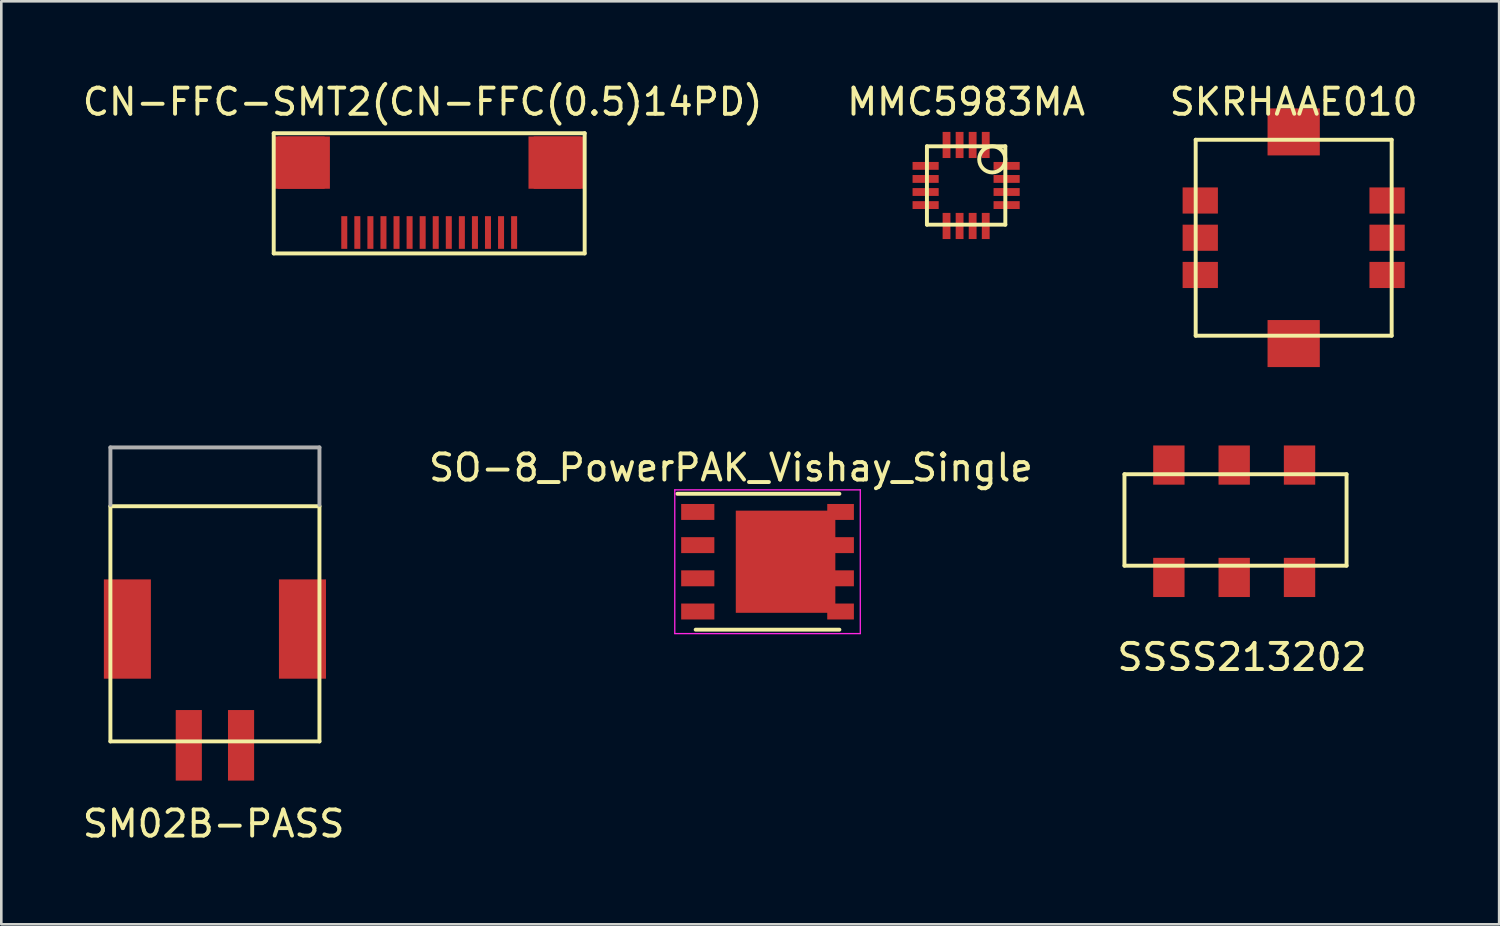
<source format=kicad_pcb>
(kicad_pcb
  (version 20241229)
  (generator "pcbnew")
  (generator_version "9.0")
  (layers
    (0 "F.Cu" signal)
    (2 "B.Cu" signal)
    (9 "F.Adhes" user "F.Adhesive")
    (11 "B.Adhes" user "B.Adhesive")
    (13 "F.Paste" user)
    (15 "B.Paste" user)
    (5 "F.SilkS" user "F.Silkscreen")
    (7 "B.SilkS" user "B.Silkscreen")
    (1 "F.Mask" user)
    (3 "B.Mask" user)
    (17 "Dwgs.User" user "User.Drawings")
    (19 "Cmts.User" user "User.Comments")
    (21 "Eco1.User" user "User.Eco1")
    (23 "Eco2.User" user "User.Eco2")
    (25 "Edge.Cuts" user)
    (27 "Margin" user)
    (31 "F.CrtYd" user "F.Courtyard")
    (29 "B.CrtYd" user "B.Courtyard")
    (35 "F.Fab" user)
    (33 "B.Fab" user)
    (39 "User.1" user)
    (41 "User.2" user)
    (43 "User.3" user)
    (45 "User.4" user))
  (footprint "SSSS213202"
    (layer "F.Cu")
    (at 44.182 16.898)
    (property "Reference" "SSSS213202" (at 0.3 5.2 0) (layer "F.SilkS") (effects (font (size 1 1) (thickness 0.15))))
    (attr through_hole)
    (fp_line (start -4.2 -1.8) (end 4.3 -1.8) (stroke (width 0.15) (type solid)) (layer "F.SilkS"))
    (fp_line (start -4.2 1.7) (end -4.2 -1.8) (stroke (width 0.15) (type solid)) (layer "F.SilkS"))
    (fp_line (start 4.3 -1.8) (end 4.3 1.7) (stroke (width 0.15) (type solid)) (layer "F.SilkS"))
    (fp_line (start 4.3 1.7) (end -4.2 1.7) (stroke (width 0.15) (type solid)) (layer "F.SilkS"))
    (pad "" smd rect (at -2.5 2.15) (size 1.2 1.5) (layers "F.Cu" "F.Mask" "F.Paste"))
    (pad "" smd rect (at 0 2.15) (size 1.2 1.5) (layers "F.Cu" "F.Mask" "F.Paste"))
    (pad "" smd rect (at 2.5 2.15) (size 1.2 1.5) (layers "F.Cu" "F.Mask" "F.Paste"))
    (pad "1" smd rect (at 2.5 -2.15) (size 1.2 1.5) (layers "F.Cu" "F.Mask" "F.Paste"))
    (pad "2" smd rect (at 0 -2.15) (size 1.2 1.5) (layers "F.Cu" "F.Mask" "F.Paste"))
    (pad "3" smd rect (at -2.5 -2.15) (size 1.2 1.5) (layers "F.Cu" "F.Mask" "F.Paste")))
  (footprint "SO-8_PowerPAK_Vishay_Single"
    (layer "F.Cu")
    (at 26.323 18.447)
    (property "Reference" "SO-8_PowerPAK_Vishay_Single" (at -1.4 -3.6 0) (layer "F.SilkS") (effects (font (size 1 1) (thickness 0.15))))
    (attr smd)
    (fp_line (start -3.45 -2.6) (end 2.75 -2.6) (stroke (width 0.15) (type solid)) (layer "F.SilkS"))
    (fp_line (start -2.75 2.6) (end 2.75 2.6) (stroke (width 0.15) (type solid)) (layer "F.SilkS"))
    (fp_line (start -3.55 -2.75) (end -3.55 2.75) (stroke (width 0.05) (type solid)) (layer "F.CrtYd"))
    (fp_line (start -3.55 -2.75) (end 3.55 -2.75) (stroke (width 0.05) (type solid)) (layer "F.CrtYd"))
    (fp_line (start -3.55 2.75) (end 3.55 2.75) (stroke (width 0.05) (type solid)) (layer "F.CrtYd"))
    (fp_line (start 3.55 -2.75) (end 3.55 2.75) (stroke (width 0.05) (type solid)) (layer "F.CrtYd"))
    (pad "1" smd rect (at -2.67 -1.905) (size 1.27 0.61) (layers "F.Cu" "F.Mask" "F.Paste"))
    (pad "2" smd rect (at -2.67 -0.635) (size 1.27 0.61) (layers "F.Cu" "F.Mask" "F.Paste"))
    (pad "3" smd rect (at -2.67 0.635) (size 1.27 0.61) (layers "F.Cu" "F.Mask" "F.Paste"))
    (pad "4" smd rect (at -2.67 1.905) (size 1.27 0.61) (layers "F.Cu" "F.Mask" "F.Paste"))
    (pad "5" smd rect (at 0.69 0) (size 3.81 3.91) (layers "F.Cu" "F.Mask" "F.Paste"))
    (pad "5" smd rect (at 2.795 1.905) (size 1.02 0.61) (layers "F.Cu" "F.Mask" "F.Paste"))
    (pad "6" smd rect (at 2.795 0.635) (size 1.02 0.61) (layers "F.Cu" "F.Mask" "F.Paste"))
    (pad "7" smd rect (at 2.795 -0.635) (size 1.02 0.61) (layers "F.Cu" "F.Mask" "F.Paste"))
    (pad "8" smd rect (at 2.795 -1.905) (size 1.02 0.61) (layers "F.Cu" "F.Mask" "F.Paste")))
  (footprint "SKRHAAE010"
    (layer "F.Cu")
    (at 46.458 6.048)
    (property "Reference" "SKRHAAE010" (at 0 -5.2 0) (layer "F.SilkS") (effects (font (size 1 1) (thickness 0.15))))
    (attr through_hole)
    (fp_line (start -3.75 -3.75) (end 3.75 -3.75) (stroke (width 0.15) (type solid)) (layer "F.SilkS"))
    (fp_line (start -3.75 3.75) (end -3.75 -3.75) (stroke (width 0.15) (type solid)) (layer "F.SilkS"))
    (fp_line (start 3.75 -3.75) (end 3.75 3.75) (stroke (width 0.15) (type solid)) (layer "F.SilkS"))
    (fp_line (start 3.75 3.75) (end -3.75 3.75) (stroke (width 0.15) (type solid)) (layer "F.SilkS"))
    (pad "" smd rect (at 0 -4.05) (size 2 1.8) (layers "F.Cu" "F.Mask" "F.Paste"))
    (pad "" smd rect (at 0 4.05) (size 2 1.8) (layers "F.Cu" "F.Mask" "F.Paste"))
    (pad "1" smd rect (at -3.575 -1.425) (size 1.35 1) (layers "F.Cu" "F.Mask" "F.Paste"))
    (pad "2" smd rect (at -3.575 0) (size 1.35 1) (layers "F.Cu" "F.Mask" "F.Paste"))
    (pad "3" smd rect (at -3.575 1.425) (size 1.35 1) (layers "F.Cu" "F.Mask" "F.Paste"))
    (pad "4" smd rect (at 3.575 -1.425) (size 1.35 1) (layers "F.Cu" "F.Mask" "F.Paste"))
    (pad "5" smd rect (at 3.575 0) (size 1.35 1) (layers "F.Cu" "F.Mask" "F.Paste"))
    (pad "6" smd rect (at 3.575 1.425) (size 1.35 1) (layers "F.Cu" "F.Mask" "F.Paste")))
  (footprint "SM02B-PASS"
    (layer "F.Cu")
    (at 4.175 25.473)
    (property "Reference" "SM02B-PASS" (at 0.95 3 0) (layer "F.SilkS") (effects (font (size 1 1) (thickness 0.15))))
    (attr through_hole)
    (fp_line (start -3 -9.15) (end 5 -9.15) (stroke (width 0.15) (type solid)) (layer "F.SilkS"))
    (fp_line (start -3 -0.15) (end -3 -9.15) (stroke (width 0.15) (type solid)) (layer "F.SilkS"))
    (fp_line (start 5 -9.15) (end 5 -0.15) (stroke (width 0.15) (type solid)) (layer "F.SilkS"))
    (fp_line (start 5 -0.15) (end -3 -0.15) (stroke (width 0.15) (type solid)) (layer "F.SilkS"))
    (fp_line (start -3 -11.4) (end -3 -9.2) (stroke (width 0.15) (type solid)) (layer "F.Fab"))
    (fp_line (start 5 -11.4) (end -3 -11.4) (stroke (width 0.15) (type solid)) (layer "F.Fab"))
    (fp_line (start 5 -9.2) (end 5 -11.4) (stroke (width 0.15) (type solid)) (layer "F.Fab"))
    (pad "" smd rect (at -2.35 -4.45) (size 1.8 3.8) (layers "F.Cu" "F.Mask" "F.Paste"))
    (pad "" smd rect (at 4.35 -4.45) (size 1.8 3.8) (layers "F.Cu" "F.Mask" "F.Paste"))
    (pad "1" smd rect (at 2 0) (size 1 2.7) (layers "F.Cu" "F.Mask" "F.Paste"))
    (pad "2" smd rect (at 0 0) (size 1 2.7) (layers "F.Cu" "F.Mask" "F.Paste")))
  (footprint "CN-FFC-SMT2(CN-FFC(0.5)14PD)"
    (layer "F.Cu")
    (at 13.125 4.331)
    (property "Reference" "CN-FFC-SMT2(CN-FFC(0.5)14PD)" (at 0 -3.483 0) (layer "F.SilkS") (effects (font (size 1 1) (thickness 0.15))))
    (attr through_hole)
    (fp_line (start -5.7 -2.283) (end 6.2 -2.283) (stroke (width 0.15) (type solid)) (layer "F.SilkS"))
    (fp_line (start -5.7 2.317) (end -5.7 -2.283) (stroke (width 0.15) (type solid)) (layer "F.SilkS"))
    (fp_line (start 6.2 -2.283) (end 6.2 2.317) (stroke (width 0.15) (type solid)) (layer "F.SilkS"))
    (fp_line (start 6.2 2.317) (end -5.7 2.317) (stroke (width 0.15) (type solid)) (layer "F.SilkS"))
    (pad "" smd rect (at -4.65 -1.158) (size 1.8 2) (layers "F.Cu" "F.Mask" "F.Paste"))
    (pad "" smd rect (at -4.65 -1.158) (size 2.2 2) (layers "F.Cu" "F.Mask" "F.Paste"))
    (pad "" smd rect (at 5.15 -1.158) (size 1.8 2) (layers "F.Cu" "F.Mask" "F.Paste"))
    (pad "" smd rect (at 5.15 -1.158) (size 2.2 2) (layers "F.Cu" "F.Mask" "F.Paste"))
    (pad "1" smd rect (at -3 1.517) (size 0.23 1.25) (layers "F.Cu" "F.Mask" "F.Paste"))
    (pad "2" smd rect (at -2.5 1.517) (size 0.23 1.25) (layers "F.Cu" "F.Mask" "F.Paste"))
    (pad "3" smd rect (at -2 1.517) (size 0.23 1.25) (layers "F.Cu" "F.Mask" "F.Paste"))
    (pad "4" smd rect (at -1.5 1.517) (size 0.23 1.25) (layers "F.Cu" "F.Mask" "F.Paste"))
    (pad "5" smd rect (at -1 1.517) (size 0.23 1.25) (layers "F.Cu" "F.Mask" "F.Paste"))
    (pad "6" smd rect (at -0.5 1.517) (size 0.23 1.25) (layers "F.Cu" "F.Mask" "F.Paste"))
    (pad "7" smd rect (at 0 1.517) (size 0.23 1.25) (layers "F.Cu" "F.Mask" "F.Paste"))
    (pad "8" smd rect (at 0.5 1.517) (size 0.23 1.25) (layers "F.Cu" "F.Mask" "F.Paste"))
    (pad "9" smd rect (at 1 1.517) (size 0.23 1.25) (layers "F.Cu" "F.Mask" "F.Paste"))
    (pad "10" smd rect (at 1.5 1.517) (size 0.23 1.25) (layers "F.Cu" "F.Mask" "F.Paste"))
    (pad "11" smd rect (at 2 1.517) (size 0.23 1.25) (layers "F.Cu" "F.Mask" "F.Paste"))
    (pad "12" smd rect (at 2.5 1.517) (size 0.23 1.25) (layers "F.Cu" "F.Mask" "F.Paste"))
    (pad "13" smd rect (at 3 1.517) (size 0.23 1.25) (layers "F.Cu" "F.Mask" "F.Paste"))
    (pad "14" smd rect (at 3.5 1.517) (size 0.23 1.25) (layers "F.Cu" "F.Mask" "F.Paste")))
  (footprint "MMC5983MA"
    (layer "F.Cu")
    (at 33.923 4.048)
    (property "Reference" "MMC5983MA" (at 0 -3.2 0) (layer "F.SilkS") (effects (font (size 1 1) (thickness 0.15))))
    (attr through_hole)
    (fp_line (start -1.5 -1.5) (end -1.5 1.5) (stroke (width 0.15) (type solid)) (layer "F.SilkS"))
    (fp_line (start -1.5 1.5) (end 1.5 1.5) (stroke (width 0.15) (type solid)) (layer "F.SilkS"))
    (fp_line (start 1.5 -1.5) (end -1.5 -1.5) (stroke (width 0.15) (type solid)) (layer "F.SilkS"))
    (fp_line (start 1.5 1.5) (end 1.5 -1.5) (stroke (width 0.15) (type solid)) (layer "F.SilkS"))
    (fp_circle (center 1 -1) (end 1 -0.5) (stroke (width 0.15) (type solid)) (fill no) (layer "F.SilkS"))
    (pad "1" smd rect (at 0.75 -1.55 90) (size 1 0.3) (layers "F.Cu" "F.Mask" "F.Paste"))
    (pad "2" smd rect (at 0.25 -1.55 90) (size 1 0.3) (layers "F.Cu" "F.Mask" "F.Paste"))
    (pad "3" smd rect (at -0.25 -1.55 90) (size 1 0.3) (layers "F.Cu" "F.Mask" "F.Paste"))
    (pad "4" smd rect (at -0.75 -1.55 90) (size 1 0.3) (layers "F.Cu" "F.Mask" "F.Paste"))
    (pad "5" smd rect (at -1.55 -0.75) (size 1 0.3) (layers "F.Cu" "F.Mask" "F.Paste"))
    (pad "6" smd rect (at -1.55 -0.25) (size 1 0.3) (layers "F.Cu" "F.Mask" "F.Paste"))
    (pad "7" smd rect (at -1.55 0.25) (size 1 0.3) (layers "F.Cu" "F.Mask" "F.Paste"))
    (pad "8" smd rect (at -1.55 0.75) (size 1 0.3) (layers "F.Cu" "F.Mask" "F.Paste"))
    (pad "9" smd rect (at -0.75 1.55 90) (size 1 0.3) (layers "F.Cu" "F.Mask" "F.Paste"))
    (pad "10" smd rect (at -0.25 1.55 90) (size 1 0.3) (layers "F.Cu" "F.Mask" "F.Paste"))
    (pad "11" smd rect (at 0.25 1.55 90) (size 1 0.3) (layers "F.Cu" "F.Mask" "F.Paste"))
    (pad "12" smd rect (at 0.75 1.55 90) (size 1 0.3) (layers "F.Cu" "F.Mask" "F.Paste"))
    (pad "13" smd rect (at 1.55 0.75) (size 1 0.3) (layers "F.Cu" "F.Mask" "F.Paste"))
    (pad "14" smd rect (at 1.55 0.25) (size 1 0.3) (layers "F.Cu" "F.Mask" "F.Paste"))
    (pad "15" smd rect (at 1.55 -0.25) (size 1 0.3) (layers "F.Cu" "F.Mask" "F.Paste"))
    (pad "16" smd rect (at 1.55 -0.75) (size 1 0.3) (layers "F.Cu" "F.Mask" "F.Paste")))
  (gr_rect
    (start -3 -3)
    (end 54.321 32.322)
    (stroke (width 0.1) (type default))
    (fill no)
    (layer "Edge.Cuts")))
</source>
